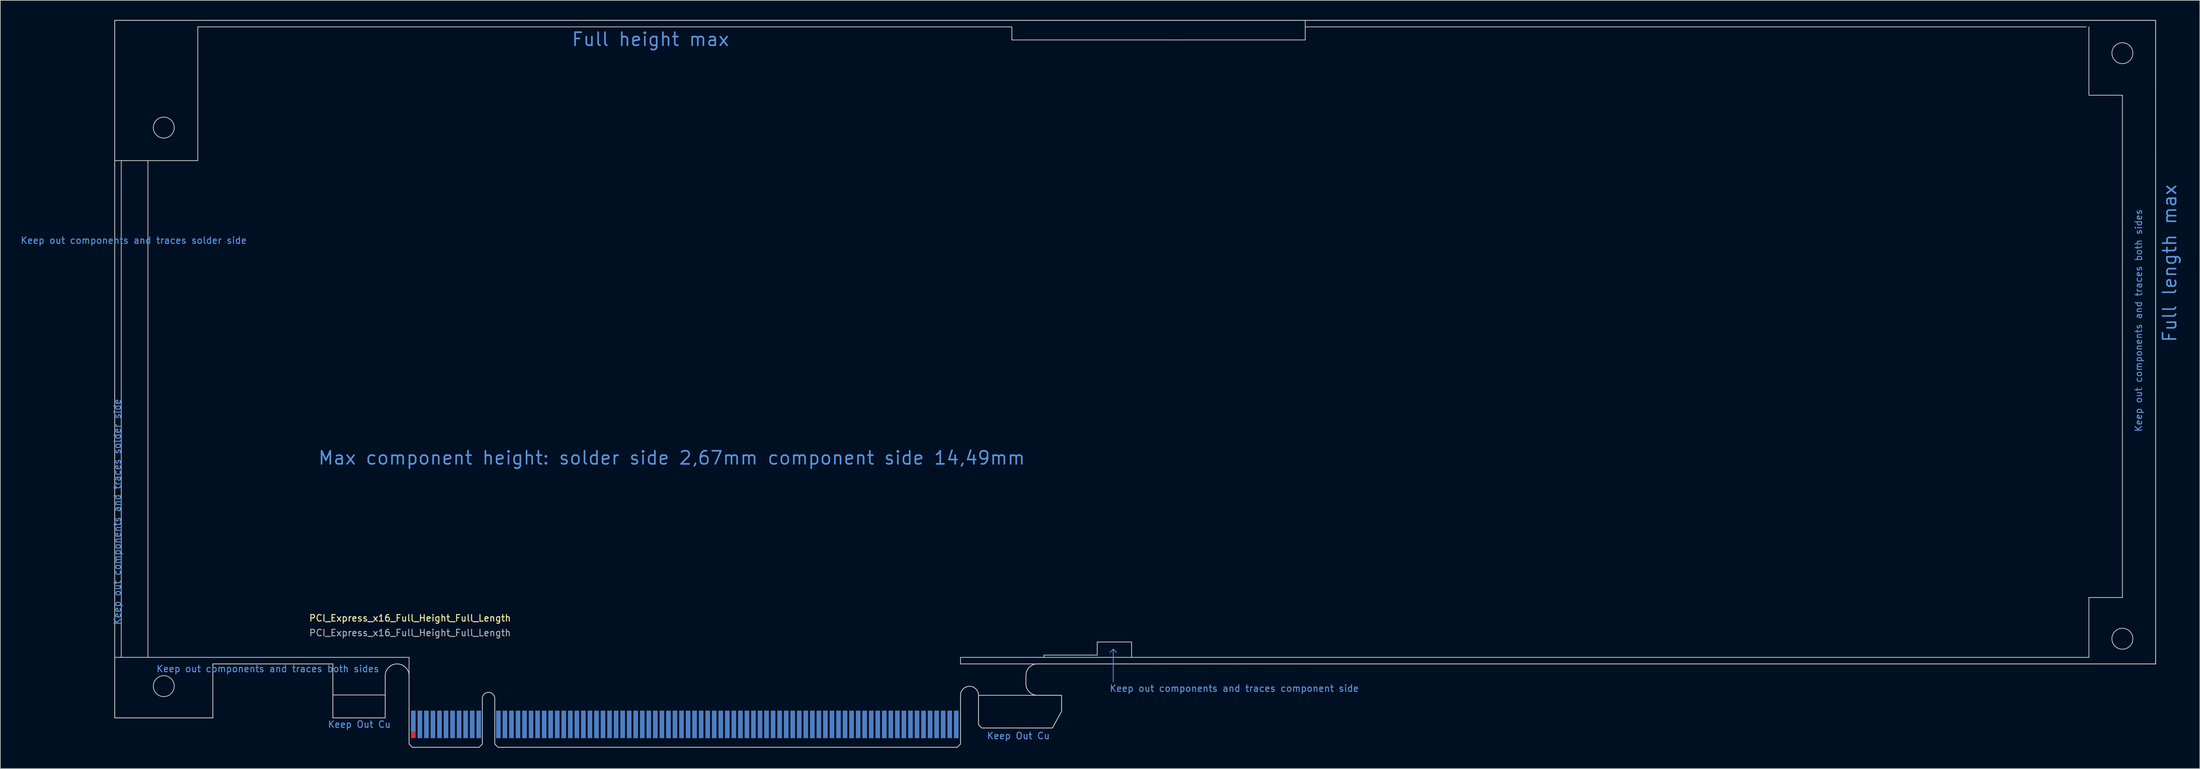
<source format=kicad_pcb>
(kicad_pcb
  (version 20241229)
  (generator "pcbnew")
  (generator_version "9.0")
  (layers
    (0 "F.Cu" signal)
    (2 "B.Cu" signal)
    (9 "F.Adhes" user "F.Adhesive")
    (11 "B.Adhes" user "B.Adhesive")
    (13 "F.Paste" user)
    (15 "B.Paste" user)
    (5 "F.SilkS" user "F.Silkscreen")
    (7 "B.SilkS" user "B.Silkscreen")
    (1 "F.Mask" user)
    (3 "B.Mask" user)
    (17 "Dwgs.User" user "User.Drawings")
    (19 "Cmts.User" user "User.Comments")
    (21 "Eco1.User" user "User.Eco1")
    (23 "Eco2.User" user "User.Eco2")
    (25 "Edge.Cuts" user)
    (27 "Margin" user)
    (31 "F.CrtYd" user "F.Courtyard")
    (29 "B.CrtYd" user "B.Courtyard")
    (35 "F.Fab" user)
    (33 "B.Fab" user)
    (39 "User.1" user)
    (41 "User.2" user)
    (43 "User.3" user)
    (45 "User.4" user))
  (footprint "PCI_Express_x16_Full_Height_Full_Length"
    (layer "F.Cu")
    (at 59.637 111.21)
    (property "Reference" "PCI_Express_x16_Full_Height_Full_Length" (at 0 -19.75 0) (layer "F.SilkS") (effects (font (size 1 1) (thickness 0.15))))
    (attr exclude_from_pos_files exclude_from_bom)
    (fp_poly (pts (xy -11.8 -4.5) (xy -11.8 -8) (xy -3.8 -8) (xy -3.8 -4.5)) (stroke (width 0) (type solid)) (fill yes) (layer "F.Mask"))
    (fp_poly (pts (xy -0.25 -5.5) (xy 84.25 -5.5) (xy 84.25 0) (xy -0.25 0)) (stroke (width 0.2) (type solid)) (fill yes) (layer "F.Mask"))
    (fp_poly (pts (xy 86.9 -7.95) (xy 99.6 -7.95) (xy 99.6 -5.5) (xy 98.2 -2.95) (xy 87.4 -2.95) (xy 86.9 -3.45)) (stroke (width 0) (type solid)) (fill yes) (layer "F.Mask"))
    (fp_poly (pts (xy -11.8 -4.5) (xy -11.8 -8) (xy -3.8 -8) (xy -3.8 -4.5)) (stroke (width 0) (type solid)) (fill yes) (layer "B.Mask"))
    (fp_poly (pts (xy -0.25 -5.5) (xy 84.25 -5.5) (xy 84.25 0) (xy -0.25 0)) (stroke (width 0.2) (type solid)) (fill yes) (layer "B.Mask"))
    (fp_poly (pts (xy 86.9 -7.95) (xy 99.6 -7.95) (xy 99.6 -5.5) (xy 98.2 -2.95) (xy 87.4 -2.95) (xy 86.9 -3.45)) (stroke (width 0) (type solid)) (fill yes) (layer "B.Mask"))
    (fp_line (start -45.15 -89.7) (end -32.45 -89.7) (stroke (width 0.12) (type solid)) (layer "Dwgs.User"))
    (fp_line (start -44.15 -89.7) (end -44.15 -13.75) (stroke (width 0.12) (type solid)) (layer "Dwgs.User"))
    (fp_line (start -40.07 -13.75) (end -40.07 -89.7) (stroke (width 0.12) (type solid)) (layer "Dwgs.User"))
    (fp_line (start -32.45 -110.15) (end -32.45 -89.7) (stroke (width 0.12) (type solid)) (layer "Dwgs.User"))
    (fp_line (start -32.45 -110.15) (end 92 -110.15) (stroke (width 0.12) (type solid)) (layer "Dwgs.User"))
    (fp_line (start -11.8 -8) (end -3.8 -8) (stroke (width 0.12) (type solid)) (layer "Dwgs.User"))
    (fp_line (start -0.15 -13.75) (end -45.15 -13.75) (stroke (width 0.12) (type solid)) (layer "Dwgs.User"))
    (fp_line (start -0.15 -10.925) (end -0.15 -13.75) (stroke (width 0.12) (type solid)) (layer "Dwgs.User"))
    (fp_line (start 84.15 -13.75) (end 122.5 -13.75) (stroke (width 0.12) (type solid)) (layer "Dwgs.User"))
    (fp_line (start 84.15 -12.75) (end 84.15 -13.75) (stroke (width 0.12) (type solid)) (layer "Dwgs.User"))
    (fp_line (start 84.15 -12.75) (end 95.9 -12.75) (stroke (width 0.12) (type solid)) (layer "Dwgs.User"))
    (fp_line (start 92 -110.15) (end 92 -108.15) (stroke (width 0.12) (type solid)) (layer "Dwgs.User"))
    (fp_line (start 92 -108.15) (end 117.42 -108.15) (stroke (width 0.12) (type solid)) (layer "Dwgs.User"))
    (fp_line (start 95.9 -7.95) (end 86.9 -7.95) (stroke (width 0.12) (type solid)) (layer "Dwgs.User"))
    (fp_line (start 96.9 -14.1) (end 96.9 -13.75) (stroke (width 0.12) (type solid)) (layer "Dwgs.User"))
    (fp_line (start 96.9 -14.1) (end 105.05 -14.1) (stroke (width 0.12) (type solid)) (layer "Dwgs.User"))
    (fp_line (start 105.05 -16.1) (end 110.3 -16.1) (stroke (width 0.12) (type solid)) (layer "Dwgs.User"))
    (fp_line (start 105.05 -14.1) (end 105.05 -16.1) (stroke (width 0.12) (type solid)) (layer "Dwgs.User"))
    (fp_line (start 110.3 -16.1) (end 110.3 -13.75) (stroke (width 0.12) (type solid)) (layer "Dwgs.User"))
    (fp_line (start 117.425 -108.15) (end 117.42 -108.15) (stroke (width 0.12) (type default)) (layer "Dwgs.User"))
    (fp_line (start 117.425 -108.15) (end 136.85 -108.15) (stroke (width 0.12) (type solid)) (layer "Dwgs.User"))
    (fp_line (start 122.5 -13.75) (end 256.65 -13.75) (stroke (width 0.12) (type solid)) (layer "Dwgs.User"))
    (fp_line (start 136.85 -110.15) (end 256.225 -110.15) (stroke (width 0.12) (type solid)) (layer "Dwgs.User"))
    (fp_line (start 136.85 -108.15) (end 136.85 -111.15) (stroke (width 0.12) (type default)) (layer "Dwgs.User"))
    (fp_line (start 256.65 -110.15) (end 256.65 -99.7) (stroke (width 0.12) (type solid)) (layer "Dwgs.User"))
    (fp_line (start 256.65 -99.7) (end 261.77 -99.7) (stroke (width 0.12) (type solid)) (layer "Dwgs.User"))
    (fp_line (start 256.65 -22.9) (end 261.77 -22.9) (stroke (width 0.12) (type solid)) (layer "Dwgs.User"))
    (fp_line (start 256.65 -13.75) (end 256.65 -22.9) (stroke (width 0.12) (type solid)) (layer "Dwgs.User"))
    (fp_line (start 261.77 -99.7) (end 261.77 -22.9) (stroke (width 0.12) (type solid)) (layer "Dwgs.User"))
    (fp_circle (center -37.65 -94.75) (end -36.05 -94.75) (stroke (width 0.12) (type solid)) (fill no) (layer "Dwgs.User"))
    (fp_circle (center -37.65 -9.35) (end -36.05 -9.35) (stroke (width 0.12) (type solid)) (fill no) (layer "Dwgs.User"))
    (fp_circle (center 261.77 -106.13) (end 263.37 -106.13) (stroke (width 0.12) (type solid)) (fill no) (layer "Dwgs.User"))
    (fp_circle (center 261.77 -16.6) (end 263.37 -16.6) (stroke (width 0.12) (type solid)) (fill no) (layer "Dwgs.User"))
    (fp_line (start 107.5 -15) (end 107 -14.5) (stroke (width 0.12) (type solid)) (layer "Cmts.User"))
    (fp_line (start 107.5 -15) (end 108 -14.5) (stroke (width 0.12) (type solid)) (layer "Cmts.User"))
    (fp_line (start 107.5 -10) (end 107.5 -15) (stroke (width 0.12) (type solid)) (layer "Cmts.User"))
    (fp_line (start -45.15 -111.15) (end -45.15 -4.5) (stroke (width 0.12) (type solid)) (layer "Edge.Cuts"))
    (fp_line (start -45.15 -111.15) (end 122.5 -111.15) (stroke (width 0.12) (type solid)) (layer "Edge.Cuts"))
    (fp_line (start -30.15 -12.75) (end -11.8 -12.75) (stroke (width 0.12) (type solid)) (layer "Edge.Cuts"))
    (fp_line (start -30.15 -4.5) (end -45.15 -4.5) (stroke (width 0.12) (type solid)) (layer "Edge.Cuts"))
    (fp_line (start -30.15 -4.5) (end -30.15 -12.75) (stroke (width 0.12) (type solid)) (layer "Edge.Cuts"))
    (fp_line (start -11.8 -4.5) (end -11.8 -12.75) (stroke (width 0.12) (type solid)) (layer "Edge.Cuts"))
    (fp_line (start -11.8 -4.5) (end -3.8 -4.5) (stroke (width 0.12) (type solid)) (layer "Edge.Cuts"))
    (fp_line (start -3.8 -4.5) (end -3.8 -10.925) (stroke (width 0.12) (type solid)) (layer "Edge.Cuts"))
    (fp_line (start -0.15 -0.5) (end -0.15 -10.925) (stroke (width 0.12) (type solid)) (layer "Edge.Cuts"))
    (fp_line (start -0.15 -0.5) (end 0.35 0) (stroke (width 0.12) (type solid)) (layer "Edge.Cuts"))
    (fp_line (start 0.35 0) (end 10.55 0) (stroke (width 0.12) (type solid)) (layer "Edge.Cuts"))
    (fp_line (start 11.05 -7.45) (end 11.05 -0.5) (stroke (width 0.12) (type solid)) (layer "Edge.Cuts"))
    (fp_line (start 11.05 -0.5) (end 10.55 0) (stroke (width 0.12) (type solid)) (layer "Edge.Cuts"))
    (fp_line (start 12.95 -7.45) (end 12.95 -0.5) (stroke (width 0.12) (type solid)) (layer "Edge.Cuts"))
    (fp_line (start 12.95 -0.5) (end 13.45 0) (stroke (width 0.12) (type solid)) (layer "Edge.Cuts"))
    (fp_line (start 13.45 0) (end 83.65 0) (stroke (width 0.12) (type solid)) (layer "Edge.Cuts"))
    (fp_line (start 84.15 -0.5) (end 83.65 0) (stroke (width 0.12) (type solid)) (layer "Edge.Cuts"))
    (fp_line (start 84.15 -0.5) (end 84.15 -7.95) (stroke (width 0.12) (type solid)) (layer "Edge.Cuts"))
    (fp_line (start 86.9 -3.45) (end 86.9 -7.95) (stroke (width 0.12) (type solid)) (layer "Edge.Cuts"))
    (fp_line (start 86.9 -3.45) (end 87.4 -2.95) (stroke (width 0.12) (type solid)) (layer "Edge.Cuts"))
    (fp_line (start 87.4 -2.95) (end 98.2 -2.95) (stroke (width 0.12) (type solid)) (layer "Edge.Cuts"))
    (fp_line (start 94.15 -11) (end 94.15 -9.7) (stroke (width 0.12) (type solid)) (layer "Edge.Cuts"))
    (fp_line (start 95.9 -12.75) (end 122.503 -12.75) (stroke (width 0.12) (type solid)) (layer "Edge.Cuts"))
    (fp_line (start 95.9 -7.95) (end 99.6 -7.95) (stroke (width 0.12) (type solid)) (layer "Edge.Cuts"))
    (fp_line (start 98.2 -2.95) (end 99.6 -5.5) (stroke (width 0.12) (type solid)) (layer "Edge.Cuts"))
    (fp_line (start 99.6 -5.5) (end 99.6 -7.95) (stroke (width 0.12) (type solid)) (layer "Edge.Cuts"))
    (fp_line (start 122.5 -111.15) (end 266.85 -111.15) (stroke (width 0.12) (type solid)) (layer "Edge.Cuts"))
    (fp_line (start 122.503 -12.75) (end 266.853 -12.75) (stroke (width 0.12) (type solid)) (layer "Edge.Cuts"))
    (fp_line (start 266.85 -111.15) (end 266.853 -12.75) (stroke (width 0.12) (type solid)) (layer "Edge.Cuts"))
    (fp_arc (start -3.8 -10.925) (mid -1.975 -12.75) (end -0.15 -10.925) (stroke (width 0.12) (type solid)) (layer "Edge.Cuts"))
    (fp_arc (start 11.05 -7.45) (mid 12 -8.4) (end 12.95 -7.45) (stroke (width 0.12) (type solid)) (layer "Edge.Cuts"))
    (fp_arc (start 84.15 -7.95) (mid 85.525 -9.325) (end 86.9 -7.95) (stroke (width 0.12) (type solid)) (layer "Edge.Cuts"))
    (fp_arc (start 94.15 -11) (mid 94.662563 -12.237437) (end 95.9 -12.75) (stroke (width 0.12) (type solid)) (layer "Edge.Cuts"))
    (fp_arc (start 95.9 -7.95) (mid 94.662563 -8.462563) (end 94.15 -9.7) (stroke (width 0.12) (type solid)) (layer "Edge.Cuts"))
    (fp_text user "Keep Out Cu" (at -7.75 -3.5 0) (layer "Cmts.User") (effects (font (size 1 1) (thickness 0.15))))
    (fp_text user "Keep out components and traces component side" (at 126 -9 180) (layer "Cmts.User") (effects (font (size 1 1) (thickness 0.15))))
    (fp_text user "Max component height: solder side 2,67mm component side 14,49mm" (at 40 -44.25 0) (layer "Cmts.User") (effects (font (size 2 2) (thickness 0.25))))
    (fp_text user "Keep out components and traces solder side" (at -44.75 -36 90) (layer "Cmts.User") (effects (font (size 1 1) (thickness 0.15))))
    (fp_text user "Full height max" (at 36.75 -108.25 0) (layer "Cmts.User") (effects (font (size 2 2) (thickness 0.25))))
    (fp_text user "Keep out components and traces solder side" (at -42.25 -77.5 180) (layer "Cmts.User") (effects (font (size 1 1) (thickness 0.15))))
    (fp_text user "Keep out components and traces both sides" (at 264.25 -65.25 90) (layer "Cmts.User") (effects (font (size 1 1) (thickness 0.15))))
    (fp_text user "Keep out components and traces both sides" (at -21.75 -12 0) (layer "Cmts.User") (effects (font (size 1 1) (thickness 0.15))))
    (fp_text user "Full length max" (at 269 -74 90) (layer "Cmts.User") (effects (font (size 2 2) (thickness 0.25))))
    (fp_text user "Keep Out Cu" (at 93 -1.75 0) (layer "Cmts.User") (effects (font (size 1 1) (thickness 0.15))))
    (fp_text user "${REFERENCE}" (at 0 -17.5 0) (layer "F.Fab") (effects (font (size 1 1) (thickness 0.15))))
    (pad "A1" connect rect (at 0.5 -4) (size 0.7 3.2) (layers "B.Cu"))
    (pad "A2" connect rect (at 1.5 -3.5) (size 0.7 4.2) (layers "B.Cu"))
    (pad "A3" connect rect (at 2.5 -3.5) (size 0.7 4.2) (layers "B.Cu"))
    (pad "A4" connect rect (at 3.5 -3.5) (size 0.7 4.2) (layers "B.Cu"))
    (pad "A5" connect rect (at 4.5 -3.5) (size 0.7 4.2) (layers "B.Cu"))
    (pad "A6" connect rect (at 5.5 -3.5) (size 0.7 4.2) (layers "B.Cu"))
    (pad "A7" connect rect (at 6.5 -3.5) (size 0.7 4.2) (layers "B.Cu"))
    (pad "A8" connect rect (at 7.5 -3.5) (size 0.7 4.2) (layers "B.Cu"))
    (pad "A9" connect rect (at 8.5 -3.5) (size 0.7 4.2) (layers "B.Cu"))
    (pad "A10" connect rect (at 9.5 -3.5) (size 0.7 4.2) (layers "B.Cu"))
    (pad "A11" connect rect (at 10.5 -3.5) (size 0.7 4.2) (layers "B.Cu"))
    (pad "A12" connect rect (at 13.5 -3.5) (size 0.7 4.2) (layers "B.Cu"))
    (pad "A13" connect rect (at 14.5 -3.5) (size 0.7 4.2) (layers "B.Cu"))
    (pad "A14" connect rect (at 15.5 -3.5) (size 0.7 4.2) (layers "B.Cu"))
    (pad "A15" connect rect (at 16.5 -3.5) (size 0.7 4.2) (layers "B.Cu"))
    (pad "A16" connect rect (at 17.5 -3.5) (size 0.7 4.2) (layers "B.Cu"))
    (pad "A17" connect rect (at 18.5 -3.5) (size 0.7 4.2) (layers "B.Cu"))
    (pad "A18" connect rect (at 19.5 -3.5) (size 0.7 4.2) (layers "B.Cu"))
    (pad "A19" connect rect (at 20.5 -3.5) (size 0.7 4.2) (layers "B.Cu"))
    (pad "A20" connect rect (at 21.5 -3.5) (size 0.7 4.2) (layers "B.Cu"))
    (pad "A21" connect rect (at 22.5 -3.5) (size 0.7 4.2) (layers "B.Cu"))
    (pad "A22" connect rect (at 23.5 -3.5) (size 0.7 4.2) (layers "B.Cu"))
    (pad "A23" connect rect (at 24.5 -3.5) (size 0.7 4.2) (layers "B.Cu"))
    (pad "A24" connect rect (at 25.5 -3.5) (size 0.7 4.2) (layers "B.Cu"))
    (pad "A25" connect rect (at 26.5 -3.5) (size 0.7 4.2) (layers "B.Cu"))
    (pad "A26" connect rect (at 27.5 -3.5) (size 0.7 4.2) (layers "B.Cu"))
    (pad "A27" connect rect (at 28.5 -3.5) (size 0.7 4.2) (layers "B.Cu"))
    (pad "A28" connect rect (at 29.5 -3.5) (size 0.7 4.2) (layers "B.Cu"))
    (pad "A29" connect rect (at 30.5 -3.5) (size 0.7 4.2) (layers "B.Cu"))
    (pad "A30" connect rect (at 31.5 -3.5) (size 0.7 4.2) (layers "B.Cu"))
    (pad "A31" connect rect (at 32.5 -3.5) (size 0.7 4.2) (layers "B.Cu"))
    (pad "A32" connect rect (at 33.5 -3.5) (size 0.7 4.2) (layers "B.Cu"))
    (pad "A33" connect rect (at 34.5 -3.5) (size 0.7 4.2) (layers "B.Cu"))
    (pad "A34" connect rect (at 35.5 -3.5) (size 0.7 4.2) (layers "B.Cu"))
    (pad "A35" connect rect (at 36.5 -3.5) (size 0.7 4.2) (layers "B.Cu"))
    (pad "A36" connect rect (at 37.5 -3.5) (size 0.7 4.2) (layers "B.Cu"))
    (pad "A37" connect rect (at 38.5 -3.5) (size 0.7 4.2) (layers "B.Cu"))
    (pad "A38" connect rect (at 39.5 -3.5) (size 0.7 4.2) (layers "B.Cu"))
    (pad "A39" connect rect (at 40.5 -3.5) (size 0.7 4.2) (layers "B.Cu"))
    (pad "A40" connect rect (at 41.5 -3.5) (size 0.7 4.2) (layers "B.Cu"))
    (pad "A41" connect rect (at 42.5 -3.5) (size 0.7 4.2) (layers "B.Cu"))
    (pad "A42" connect rect (at 43.5 -3.5) (size 0.7 4.2) (layers "B.Cu"))
    (pad "A43" connect rect (at 44.5 -3.5) (size 0.7 4.2) (layers "B.Cu"))
    (pad "A44" connect rect (at 45.5 -3.5) (size 0.7 4.2) (layers "B.Cu"))
    (pad "A45" connect rect (at 46.5 -3.5) (size 0.7 4.2) (layers "B.Cu"))
    (pad "A46" connect rect (at 47.5 -3.5) (size 0.7 4.2) (layers "B.Cu"))
    (pad "A47" connect rect (at 48.5 -3.5) (size 0.7 4.2) (layers "B.Cu"))
    (pad "A48" connect rect (at 49.5 -3.5) (size 0.7 4.2) (layers "B.Cu"))
    (pad "A49" connect rect (at 50.5 -3.5) (size 0.7 4.2) (layers "B.Cu"))
    (pad "A50" connect rect (at 51.5 -3.5) (size 0.7 4.2) (layers "B.Cu"))
    (pad "A51" connect rect (at 52.5 -3.5) (size 0.7 4.2) (layers "B.Cu"))
    (pad "A52" connect rect (at 53.5 -3.5) (size 0.7 4.2) (layers "B.Cu"))
    (pad "A53" connect rect (at 54.5 -3.5) (size 0.7 4.2) (layers "B.Cu"))
    (pad "A54" connect rect (at 55.5 -3.5) (size 0.7 4.2) (layers "B.Cu"))
    (pad "A55" connect rect (at 56.5 -3.5) (size 0.7 4.2) (layers "B.Cu"))
    (pad "A56" connect rect (at 57.5 -3.5) (size 0.7 4.2) (layers "B.Cu"))
    (pad "A57" connect rect (at 58.5 -3.5) (size 0.7 4.2) (layers "B.Cu"))
    (pad "A58" connect rect (at 59.5 -3.5) (size 0.7 4.2) (layers "B.Cu"))
    (pad "A59" connect rect (at 60.5 -3.5) (size 0.7 4.2) (layers "B.Cu"))
    (pad "A60" connect rect (at 61.5 -3.5) (size 0.7 4.2) (layers "B.Cu"))
    (pad "A61" connect rect (at 62.5 -3.5) (size 0.7 4.2) (layers "B.Cu"))
    (pad "A62" connect rect (at 63.5 -3.5) (size 0.7 4.2) (layers "B.Cu"))
    (pad "A63" connect rect (at 64.5 -3.5) (size 0.7 4.2) (layers "B.Cu"))
    (pad "A64" connect rect (at 65.5 -3.5) (size 0.7 4.2) (layers "B.Cu"))
    (pad "A65" connect rect (at 66.5 -3.5) (size 0.7 4.2) (layers "B.Cu"))
    (pad "A66" connect rect (at 67.5 -3.5) (size 0.7 4.2) (layers "B.Cu"))
    (pad "A67" connect rect (at 68.5 -3.5) (size 0.7 4.2) (layers "B.Cu"))
    (pad "A68" connect rect (at 69.5 -3.5) (size 0.7 4.2) (layers "B.Cu"))
    (pad "A69" connect rect (at 70.5 -3.5) (size 0.7 4.2) (layers "B.Cu"))
    (pad "A70" connect rect (at 71.5 -3.5) (size 0.7 4.2) (layers "B.Cu"))
    (pad "A71" connect rect (at 72.5 -3.5) (size 0.7 4.2) (layers "B.Cu"))
    (pad "A72" connect rect (at 73.5 -3.5) (size 0.7 4.2) (layers "B.Cu"))
    (pad "A73" connect rect (at 74.5 -3.5) (size 0.7 4.2) (layers "B.Cu"))
    (pad "A74" connect rect (at 75.5 -3.5) (size 0.7 4.2) (layers "B.Cu"))
    (pad "A75" connect rect (at 76.5 -3.5) (size 0.7 4.2) (layers "B.Cu"))
    (pad "A76" connect rect (at 77.5 -3.5) (size 0.7 4.2) (layers "B.Cu"))
    (pad "A77" connect rect (at 78.5 -3.5) (size 0.7 4.2) (layers "B.Cu"))
    (pad "A78" connect rect (at 79.5 -3.5) (size 0.7 4.2) (layers "B.Cu"))
    (pad "A79" connect rect (at 80.5 -3.5) (size 0.7 4.2) (layers "B.Cu"))
    (pad "A80" connect rect (at 81.5 -3.5) (size 0.7 4.2) (layers "B.Cu"))
    (pad "A81" connect rect (at 82.5 -3.5) (size 0.7 4.2) (layers "B.Cu"))
    (pad "A82" connect rect (at 83.5 -3.5) (size 0.7 4.2) (layers "B.Cu"))
    (pad "B1" connect rect (at 0.5 -3.5) (size 0.7 4.2) (layers "F.Cu"))
    (pad "B2" connect rect (at 1.5 -3.5) (size 0.7 4.2) (layers "F.Cu"))
    (pad "B3" connect rect (at 2.5 -3.5) (size 0.7 4.2) (layers "F.Cu"))
    (pad "B4" connect rect (at 3.5 -3.5) (size 0.7 4.2) (layers "F.Cu"))
    (pad "B5" connect rect (at 4.5 -3.5) (size 0.7 4.2) (layers "F.Cu"))
    (pad "B6" connect rect (at 5.5 -3.5) (size 0.7 4.2) (layers "F.Cu"))
    (pad "B7" connect rect (at 6.5 -3.5) (size 0.7 4.2) (layers "F.Cu"))
    (pad "B8" connect rect (at 7.5 -3.5) (size 0.7 4.2) (layers "F.Cu"))
    (pad "B9" connect rect (at 8.5 -3.5) (size 0.7 4.2) (layers "F.Cu"))
    (pad "B10" connect rect (at 9.5 -3.5) (size 0.7 4.2) (layers "F.Cu"))
    (pad "B11" connect rect (at 10.5 -3.5) (size 0.7 4.2) (layers "F.Cu"))
    (pad "B12" connect rect (at 13.5 -3.5) (size 0.7 4.2) (layers "F.Cu"))
    (pad "B13" connect rect (at 14.5 -3.5) (size 0.7 4.2) (layers "F.Cu"))
    (pad "B14" connect rect (at 15.5 -3.5) (size 0.7 4.2) (layers "F.Cu"))
    (pad "B15" connect rect (at 16.5 -3.5) (size 0.7 4.2) (layers "F.Cu"))
    (pad "B16" connect rect (at 17.5 -3.5) (size 0.7 4.2) (layers "F.Cu"))
    (pad "B17" connect rect (at 18.5 -4) (size 0.7 3.2) (layers "F.Cu"))
    (pad "B18" connect rect (at 19.5 -3.5) (size 0.7 4.2) (layers "F.Cu"))
    (pad "B19" connect rect (at 20.5 -3.5) (size 0.7 4.2) (layers "F.Cu"))
    (pad "B20" connect rect (at 21.5 -3.5) (size 0.7 4.2) (layers "F.Cu"))
    (pad "B21" connect rect (at 22.5 -3.5) (size 0.7 4.2) (layers "F.Cu"))
    (pad "B22" connect rect (at 23.5 -3.5) (size 0.7 4.2) (layers "F.Cu"))
    (pad "B23" connect rect (at 24.5 -3.5) (size 0.7 4.2) (layers "F.Cu"))
    (pad "B24" connect rect (at 25.5 -3.5) (size 0.7 4.2) (layers "F.Cu"))
    (pad "B25" connect rect (at 26.5 -3.5) (size 0.7 4.2) (layers "F.Cu"))
    (pad "B26" connect rect (at 27.5 -3.5) (size 0.7 4.2) (layers "F.Cu"))
    (pad "B27" connect rect (at 28.5 -3.5) (size 0.7 4.2) (layers "F.Cu"))
    (pad "B28" connect rect (at 29.5 -3.5) (size 0.7 4.2) (layers "F.Cu"))
    (pad "B29" connect rect (at 30.5 -3.5) (size 0.7 4.2) (layers "F.Cu"))
    (pad "B30" connect rect (at 31.5 -3.5) (size 0.7 4.2) (layers "F.Cu"))
    (pad "B31" connect rect (at 32.5 -4) (size 0.7 3.2) (layers "F.Cu"))
    (pad "B32" connect rect (at 33.5 -3.5) (size 0.7 4.2) (layers "F.Cu"))
    (pad "B33" connect rect (at 34.5 -3.5) (size 0.7 4.2) (layers "F.Cu"))
    (pad "B34" connect rect (at 35.5 -3.5) (size 0.7 4.2) (layers "F.Cu"))
    (pad "B35" connect rect (at 36.5 -3.5) (size 0.7 4.2) (layers "F.Cu"))
    (pad "B36" connect rect (at 37.5 -3.5) (size 0.7 4.2) (layers "F.Cu"))
    (pad "B37" connect rect (at 38.5 -3.5) (size 0.7 4.2) (layers "F.Cu"))
    (pad "B38" connect rect (at 39.5 -3.5) (size 0.7 4.2) (layers "F.Cu"))
    (pad "B39" connect rect (at 40.5 -3.5) (size 0.7 4.2) (layers "F.Cu"))
    (pad "B40" connect rect (at 41.5 -3.5) (size 0.7 4.2) (layers "F.Cu"))
    (pad "B41" connect rect (at 42.5 -3.5) (size 0.7 4.2) (layers "F.Cu"))
    (pad "B42" connect rect (at 43.5 -3.5) (size 0.7 4.2) (layers "F.Cu"))
    (pad "B43" connect rect (at 44.5 -3.5) (size 0.7 4.2) (layers "F.Cu"))
    (pad "B44" connect rect (at 45.5 -3.5) (size 0.7 4.2) (layers "F.Cu"))
    (pad "B45" connect rect (at 46.5 -3.5) (size 0.7 4.2) (layers "F.Cu"))
    (pad "B46" connect rect (at 47.5 -3.5) (size 0.7 4.2) (layers "F.Cu"))
    (pad "B47" connect rect (at 48.5 -3.5) (size 0.7 4.2) (layers "F.Cu"))
    (pad "B48" connect rect (at 49.5 -4) (size 0.7 3.2) (layers "F.Cu"))
    (pad "B49" connect rect (at 50.5 -3.5) (size 0.7 4.2) (layers "F.Cu"))
    (pad "B50" connect rect (at 51.5 -3.5) (size 0.7 4.2) (layers "F.Cu"))
    (pad "B51" connect rect (at 52.5 -3.5) (size 0.7 4.2) (layers "F.Cu"))
    (pad "B52" connect rect (at 53.5 -3.5) (size 0.7 4.2) (layers "F.Cu"))
    (pad "B53" connect rect (at 54.5 -3.5) (size 0.7 4.2) (layers "F.Cu"))
    (pad "B54" connect rect (at 55.5 -3.5) (size 0.7 4.2) (layers "F.Cu"))
    (pad "B55" connect rect (at 56.5 -3.5) (size 0.7 4.2) (layers "F.Cu"))
    (pad "B56" connect rect (at 57.5 -3.5) (size 0.7 4.2) (layers "F.Cu"))
    (pad "B57" connect rect (at 58.5 -3.5) (size 0.7 4.2) (layers "F.Cu"))
    (pad "B58" connect rect (at 59.5 -3.5) (size 0.7 4.2) (layers "F.Cu"))
    (pad "B59" connect rect (at 60.5 -3.5) (size 0.7 4.2) (layers "F.Cu"))
    (pad "B60" connect rect (at 61.5 -3.5) (size 0.7 4.2) (layers "F.Cu"))
    (pad "B61" connect rect (at 62.5 -3.5) (size 0.7 4.2) (layers "F.Cu"))
    (pad "B62" connect rect (at 63.5 -3.5) (size 0.7 4.2) (layers "F.Cu"))
    (pad "B63" connect rect (at 64.5 -3.5) (size 0.7 4.2) (layers "F.Cu"))
    (pad "B64" connect rect (at 65.5 -3.5) (size 0.7 4.2) (layers "F.Cu"))
    (pad "B65" connect rect (at 66.5 -3.5) (size 0.7 4.2) (layers "F.Cu"))
    (pad "B66" connect rect (at 67.5 -3.5) (size 0.7 4.2) (layers "F.Cu"))
    (pad "B67" connect rect (at 68.5 -3.5) (size 0.7 4.2) (layers "F.Cu"))
    (pad "B68" connect rect (at 69.5 -3.5) (size 0.7 4.2) (layers "F.Cu"))
    (pad "B69" connect rect (at 70.5 -3.5) (size 0.7 4.2) (layers "F.Cu"))
    (pad "B70" connect rect (at 71.5 -3.5) (size 0.7 4.2) (layers "F.Cu"))
    (pad "B71" connect rect (at 72.5 -3.5) (size 0.7 4.2) (layers "F.Cu"))
    (pad "B72" connect rect (at 73.5 -3.5) (size 0.7 4.2) (layers "F.Cu"))
    (pad "B73" connect rect (at 74.5 -3.5) (size 0.7 4.2) (layers "F.Cu"))
    (pad "B74" connect rect (at 75.5 -3.5) (size 0.7 4.2) (layers "F.Cu"))
    (pad "B75" connect rect (at 76.5 -3.5) (size 0.7 4.2) (layers "F.Cu"))
    (pad "B76" connect rect (at 77.5 -3.5) (size 0.7 4.2) (layers "F.Cu"))
    (pad "B77" connect rect (at 78.5 -3.5) (size 0.7 4.2) (layers "F.Cu"))
    (pad "B78" connect rect (at 79.5 -3.5) (size 0.7 4.2) (layers "F.Cu"))
    (pad "B79" connect rect (at 80.5 -3.5) (size 0.7 4.2) (layers "F.Cu"))
    (pad "B80" connect rect (at 81.5 -3.5) (size 0.7 4.2) (layers "F.Cu"))
    (pad "B81" connect rect (at 82.5 -4) (size 0.7 3.2) (layers "F.Cu"))
    (pad "B82" connect rect (at 83.5 -3.5) (size 0.7 4.2) (layers "F.Cu"))
    (zone (net_name "") (layers "F.Cu" "B.Cu") (hatch edge 0.5) (connect_pads) (min_thickness 0.25) (filled_areas_thickness no) (keepout (tracks not_allowed) (vias allowed) (pads allowed) (copperpour allowed) (footprints not_allowed)) (placement (enabled no)) (fill) (polygon (pts (xy 14.487 97.46) (xy 59.487 97.46) (xy 59.487 106.71) (xy 14.487 106.71))))
    (zone (net_name "") (layers "F.Cu" "B.Cu") (hatch edge 0.5) (connect_pads) (min_thickness 0.25) (filled_areas_thickness no) (keepout (tracks not_allowed) (vias not_allowed) (pads not_allowed) (copperpour not_allowed) (footprints not_allowed)) (placement (enabled no)) (fill) (polygon (pts (xy 47.837 103.21) (xy 55.837 103.21) (xy 55.837 106.71) (xy 47.837 106.71))))
    (zone (net_name "") (layers "F.Cu" "B.Cu") (hatch edge 0.5) (connect_pads) (min_thickness 0.25) (filled_areas_thickness no) (keepout (tracks not_allowed) (vias not_allowed) (pads not_allowed) (copperpour not_allowed) (footprints not_allowed)) (placement (enabled no)) (fill) (polygon (pts (xy 146.537 103.26) (xy 159.237 103.26) (xy 159.237 108.26) (xy 146.537 108.26))))
    (zone (net_name "") (layers "F.Cu" "B.Cu") (hatch edge 0.5) (connect_pads) (min_thickness 0.25) (filled_areas_thickness no) (keepout (tracks not_allowed) (vias allowed) (pads allowed) (copperpour allowed) (footprints not_allowed)) (placement (enabled no)) (fill) (polygon (pts (xy 156.537 97.46) (xy 156.537 97.11) (xy 164.687 97.11) (xy 164.687 95.11) (xy 169.937 95.11) (xy 169.937 97.46))))
    (zone (net_name "") (layers "F.Cu" "B.Cu") (hatch edge 0.5) (connect_pads) (min_thickness 0.25) (filled_areas_thickness no) (keepout (tracks allowed) (vias allowed) (pads allowed) (copperpour allowed) (footprints not_allowed)) (placement (enabled no)) (fill) (polygon (pts (xy 14.487 97.46) (xy 14.487 0.06) (xy 326.487 0.06) (xy 326.487 98.46) (xy 155.537 98.46) (xy 155.537 103.26) (xy 143.787 103.26) (xy 143.787 97.46) (xy 316.287 97.46) (xy 316.287 88.31) (xy 321.412 88.31) (xy 321.412 11.51) (xy 316.287 11.51) (xy 316.287 1.06) (xy 196.487 1.06) (xy 196.487 3.06) (xy 151.637 3.06) (xy 151.637 1.06) (xy 27.187 1.06) (xy 27.187 21.51) (xy 19.562 21.51) (xy 19.562 97.46))))
    (zone (net_name "") (layer "B.Cu") (hatch edge 0.5) (connect_pads) (min_thickness 0.25) (filled_areas_thickness no) (keepout (tracks not_allowed) (vias allowed) (pads allowed) (copperpour allowed) (footprints not_allowed)) (placement (enabled no)) (fill) (polygon (pts (xy 15.487 97.46) (xy 14.487 97.46) (xy 14.487 21.51) (xy 15.487 21.51)))))
  (gr_rect
    (start -3 -3)
    (end 333.246 114.46)
    (stroke (width 0.1) (type default))
    (fill no)
    (layer "Edge.Cuts")))
</source>
